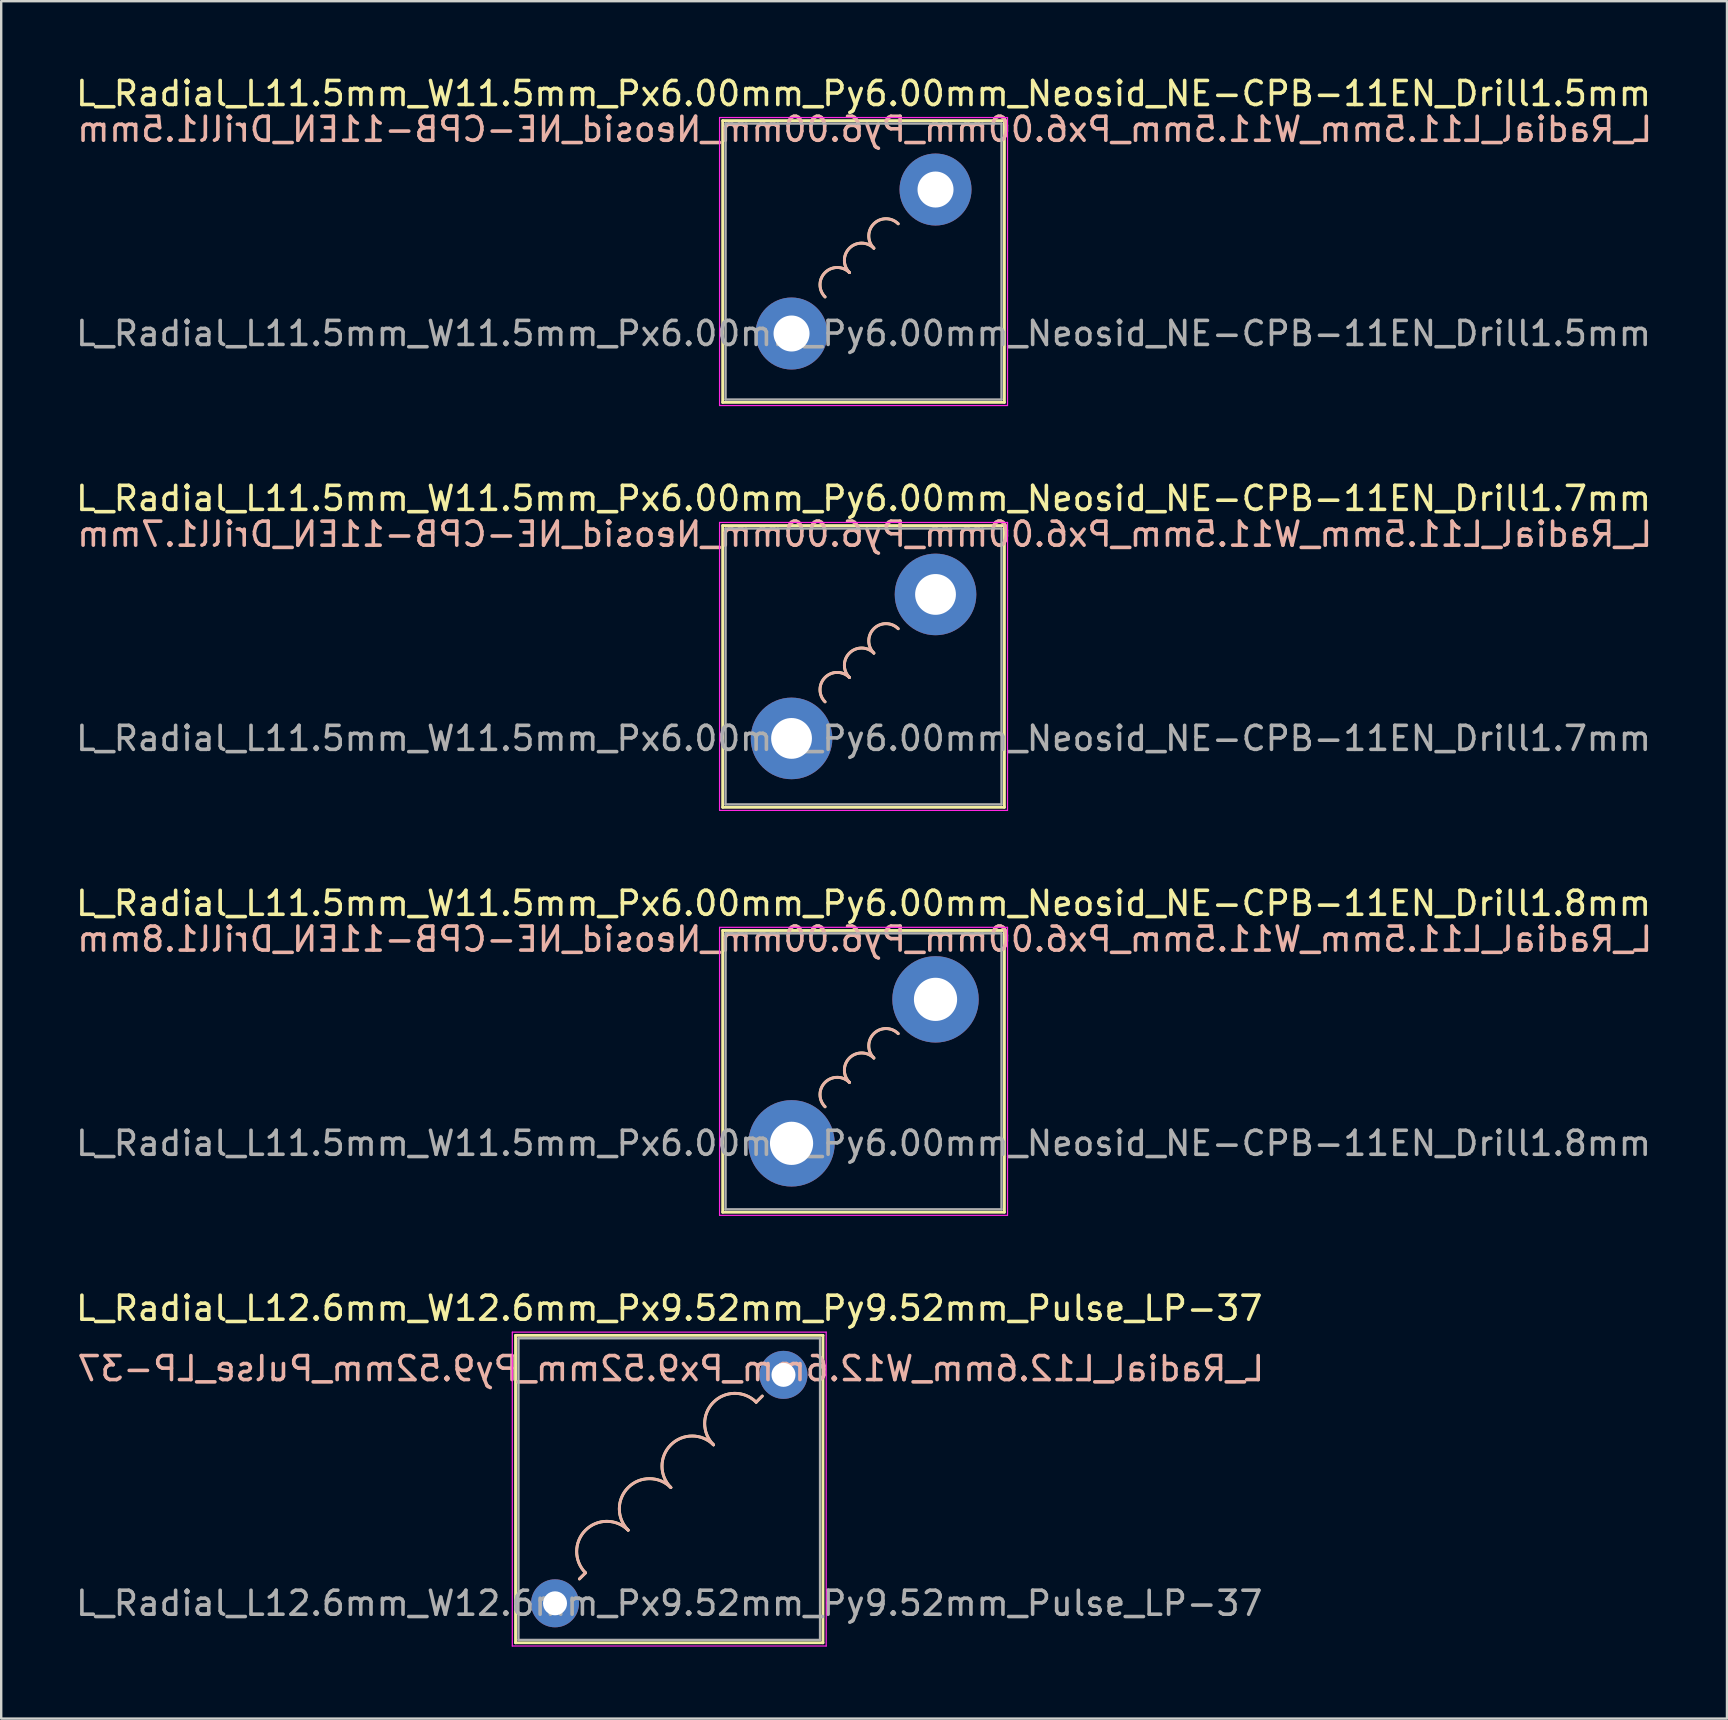
<source format=kicad_pcb>
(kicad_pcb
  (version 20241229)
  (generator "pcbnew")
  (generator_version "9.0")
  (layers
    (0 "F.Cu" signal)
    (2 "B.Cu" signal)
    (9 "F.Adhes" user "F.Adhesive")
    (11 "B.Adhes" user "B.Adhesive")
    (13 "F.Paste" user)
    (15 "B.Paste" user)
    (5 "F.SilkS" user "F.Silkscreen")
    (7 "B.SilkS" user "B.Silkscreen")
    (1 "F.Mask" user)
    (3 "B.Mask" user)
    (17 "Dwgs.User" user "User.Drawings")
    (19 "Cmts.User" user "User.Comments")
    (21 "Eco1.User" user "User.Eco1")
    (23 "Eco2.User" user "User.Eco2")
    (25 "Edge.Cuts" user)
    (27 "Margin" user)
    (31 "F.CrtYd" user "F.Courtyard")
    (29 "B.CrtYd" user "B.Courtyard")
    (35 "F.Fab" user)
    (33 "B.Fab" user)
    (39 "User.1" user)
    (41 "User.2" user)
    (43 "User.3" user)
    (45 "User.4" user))
  (footprint "L_Radial_L12.6mm_W12.6mm_Px9.52mm_Py9.52mm_Pulse_LP-37"
    (layer "F.Cu")
    (at 20.079 63.763)
    (property "Reference" "L_Radial_L12.6mm_W12.6mm_Px9.52mm_Py9.52mm_Pulse_LP-37" (at 4.76 -12.295 0) (layer "F.SilkS") (effects (font (size 1 1) (thickness 0.15))))
    (fp_line (start -1.645 -11.165) (end -1.645 1.645) (stroke (width 0.12) (type solid)) (layer "F.SilkS"))
    (fp_line (start -1.645 -11.165) (end 11.165 -11.165) (stroke (width 0.12) (type solid)) (layer "F.SilkS"))
    (fp_line (start -1.645 1.645) (end 11.165 1.645) (stroke (width 0.12) (type solid)) (layer "F.SilkS"))
    (fp_line (start 1.27 -1.27) (end 1.016 -1.016) (stroke (width 0.12) (type solid)) (layer "F.SilkS"))
    (fp_line (start 8.636 -8.636) (end 8.382 -8.382) (stroke (width 0.12) (type solid)) (layer "F.SilkS"))
    (fp_line (start 11.165 -11.165) (end 11.165 1.645) (stroke (width 0.12) (type solid)) (layer "F.SilkS"))
    (fp_arc (start 1.27 -1.27) (mid 1.27 -3.048) (end 3.048 -3.048) (stroke (width 0.12) (type solid)) (layer "F.SilkS"))
    (fp_arc (start 3.048 -3.048) (mid 3.048 -4.826) (end 4.826 -4.826) (stroke (width 0.12) (type solid)) (layer "F.SilkS"))
    (fp_arc (start 4.826 -4.826) (mid 4.826 -6.604) (end 6.604 -6.604) (stroke (width 0.12) (type solid)) (layer "F.SilkS"))
    (fp_arc (start 6.604 -6.604) (mid 6.604 -8.382) (end 8.382 -8.382) (stroke (width 0.12) (type solid)) (layer "F.SilkS"))
    (fp_line (start 1.27 -1.27) (end 1.016 -1.016) (stroke (width 0.12) (type solid)) (layer "B.SilkS"))
    (fp_line (start 8.636 -8.636) (end 8.382 -8.382) (stroke (width 0.12) (type solid)) (layer "B.SilkS"))
    (fp_arc (start 1.269998 -1.269998) (mid 1.269998 -3.048) (end 3.048 -3.048) (stroke (width 0.12) (type solid)) (layer "B.SilkS"))
    (fp_arc (start 3.047998 -3.047998) (mid 3.047998 -4.826) (end 4.826 -4.826) (stroke (width 0.12) (type solid)) (layer "B.SilkS"))
    (fp_arc (start 4.825998 -4.825998) (mid 4.825998 -6.604) (end 6.604 -6.604) (stroke (width 0.12) (type solid)) (layer "B.SilkS"))
    (fp_arc (start 6.604 -6.604) (mid 6.604 -8.381998) (end 8.381998 -8.381998) (stroke (width 0.12) (type solid)) (layer "B.SilkS"))
    (fp_line (start -1.78 -11.3) (end -1.78 1.78) (stroke (width 0.05) (type solid)) (layer "F.CrtYd"))
    (fp_line (start -1.78 1.78) (end 11.3 1.78) (stroke (width 0.05) (type solid)) (layer "F.CrtYd"))
    (fp_line (start 11.3 -11.3) (end -1.78 -11.3) (stroke (width 0.05) (type solid)) (layer "F.CrtYd"))
    (fp_line (start 11.3 1.78) (end 11.3 -11.3) (stroke (width 0.05) (type solid)) (layer "F.CrtYd"))
    (fp_line (start -1.525 -11.045) (end -1.525 1.525) (stroke (width 0.1) (type solid)) (layer "F.Fab"))
    (fp_line (start -1.525 1.525) (end 11.045 1.525) (stroke (width 0.1) (type solid)) (layer "F.Fab"))
    (fp_line (start 11.045 -11.045) (end -1.525 -11.045) (stroke (width 0.1) (type solid)) (layer "F.Fab"))
    (fp_line (start 11.045 1.525) (end 11.045 -11.045) (stroke (width 0.1) (type solid)) (layer "F.Fab"))
    (fp_text user "${REFERENCE}" (at 4.826 -9.779 0) (layer "B.SilkS") (effects (font (size 1 1) (thickness 0.15)) (justify mirror)))
    (fp_text user "${REFERENCE}" (at 4.76 0 0) (layer "F.Fab") (effects (font (size 1 1) (thickness 0.15))))
    (pad "1" thru_hole circle (at 0 0) (size 2 2) (drill 1) (layers "*.Cu" "*.Mask"))
    (pad "2" thru_hole circle (at 9.52 -9.52) (size 2 2) (drill 1) (layers "*.Cu" "*.Mask")))
  (footprint "L_Radial_L11.5mm_W11.5mm_Px6.00mm_Py6.00mm_Neosid_NE-CPB-11EN_Drill1.8mm"
    (layer "F.Cu")
    (at 29.935 44.595)
    (property "Reference" "L_Radial_L11.5mm_W11.5mm_Px6.00mm_Py6.00mm_Neosid_NE-CPB-11EN_Drill1.8mm" (at 3 -10 0) (layer "F.SilkS") (effects (font (size 1 1) (thickness 0.15))))
    (fp_line (start -2.87 -8.87) (end -2.87 2.87) (stroke (width 0.12) (type solid)) (layer "F.SilkS"))
    (fp_line (start -2.87 -8.87) (end 8.87 -8.87) (stroke (width 0.12) (type solid)) (layer "F.SilkS"))
    (fp_line (start -2.87 2.87) (end 8.87 2.87) (stroke (width 0.12) (type solid)) (layer "F.SilkS"))
    (fp_line (start 8.87 -8.87) (end 8.87 2.87) (stroke (width 0.12) (type solid)) (layer "F.SilkS"))
    (fp_arc (start 1.396996 -1.523996) (mid 1.396996 -2.539998) (end 2.412998 -2.539998) (stroke (width 0.12) (type solid)) (layer "F.SilkS"))
    (fp_arc (start 2.412998 -2.539998) (mid 2.412998 -3.556) (end 3.429 -3.556) (stroke (width 0.12) (type solid)) (layer "F.SilkS"))
    (fp_arc (start 3.429 -3.556) (mid 3.429 -4.571998) (end 4.444998 -4.571998) (stroke (width 0.12) (type solid)) (layer "F.SilkS"))
    (fp_arc (start 1.396994 -1.523994) (mid 1.396994 -2.539998) (end 2.412998 -2.539998) (stroke (width 0.12) (type solid)) (layer "B.SilkS"))
    (fp_arc (start 2.412996 -2.539996) (mid 2.412996 -3.556) (end 3.429 -3.556) (stroke (width 0.12) (type solid)) (layer "B.SilkS"))
    (fp_arc (start 3.429 -3.556) (mid 3.429 -4.571998) (end 4.444998 -4.571998) (stroke (width 0.12) (type solid)) (layer "B.SilkS"))
    (fp_line (start -3 -9) (end -3 3) (stroke (width 0.05) (type solid)) (layer "F.CrtYd"))
    (fp_line (start -3 3) (end 9 3) (stroke (width 0.05) (type solid)) (layer "F.CrtYd"))
    (fp_line (start 9 -9) (end -3 -9) (stroke (width 0.05) (type solid)) (layer "F.CrtYd"))
    (fp_line (start 9 3) (end 9 -9) (stroke (width 0.05) (type solid)) (layer "F.CrtYd"))
    (fp_line (start -2.75 -8.75) (end -2.75 2.75) (stroke (width 0.1) (type solid)) (layer "F.Fab"))
    (fp_line (start -2.75 2.75) (end 8.75 2.75) (stroke (width 0.1) (type solid)) (layer "F.Fab"))
    (fp_line (start 8.75 -8.75) (end -2.75 -8.75) (stroke (width 0.1) (type solid)) (layer "F.Fab"))
    (fp_line (start 8.75 2.75) (end 8.75 -8.75) (stroke (width 0.1) (type solid)) (layer "F.Fab"))
    (fp_text user "${REFERENCE}" (at 3.048 -8.509 0) (layer "B.SilkS") (effects (font (size 1 1) (thickness 0.15)) (justify mirror)))
    (fp_text user "${REFERENCE}" (at 3 0 0) (layer "F.Fab") (effects (font (size 1 1) (thickness 0.15))))
    (pad "1" thru_hole circle (at 0 0) (size 3.6 3.6) (drill 1.8) (layers "*.Cu" "*.Mask"))
    (pad "2" thru_hole circle (at 6 -6) (size 3.6 3.6) (drill 1.8) (layers "*.Cu" "*.Mask")))
  (footprint "L_Radial_L11.5mm_W11.5mm_Px6.00mm_Py6.00mm_Neosid_NE-CPB-11EN_Drill1.7mm"
    (layer "F.Cu")
    (at 29.935 27.721)
    (property "Reference" "L_Radial_L11.5mm_W11.5mm_Px6.00mm_Py6.00mm_Neosid_NE-CPB-11EN_Drill1.7mm" (at 3 -10 0) (layer "F.SilkS") (effects (font (size 1 1) (thickness 0.15))))
    (fp_line (start -2.87 -8.87) (end -2.87 2.87) (stroke (width 0.12) (type solid)) (layer "F.SilkS"))
    (fp_line (start -2.87 -8.87) (end 8.87 -8.87) (stroke (width 0.12) (type solid)) (layer "F.SilkS"))
    (fp_line (start -2.87 2.87) (end 8.87 2.87) (stroke (width 0.12) (type solid)) (layer "F.SilkS"))
    (fp_line (start 8.87 -8.87) (end 8.87 2.87) (stroke (width 0.12) (type solid)) (layer "F.SilkS"))
    (fp_arc (start 1.396996 -1.523996) (mid 1.396996 -2.539998) (end 2.412998 -2.539998) (stroke (width 0.12) (type solid)) (layer "F.SilkS"))
    (fp_arc (start 2.412998 -2.539998) (mid 2.412998 -3.556) (end 3.429 -3.556) (stroke (width 0.12) (type solid)) (layer "F.SilkS"))
    (fp_arc (start 3.429 -3.556) (mid 3.429 -4.571998) (end 4.444998 -4.571998) (stroke (width 0.12) (type solid)) (layer "F.SilkS"))
    (fp_arc (start 1.396994 -1.523994) (mid 1.396994 -2.539998) (end 2.412998 -2.539998) (stroke (width 0.12) (type solid)) (layer "B.SilkS"))
    (fp_arc (start 2.412996 -2.539996) (mid 2.412996 -3.556) (end 3.429 -3.556) (stroke (width 0.12) (type solid)) (layer "B.SilkS"))
    (fp_arc (start 3.429 -3.556) (mid 3.429 -4.571998) (end 4.444998 -4.571998) (stroke (width 0.12) (type solid)) (layer "B.SilkS"))
    (fp_line (start -3 -9) (end -3 3) (stroke (width 0.05) (type solid)) (layer "F.CrtYd"))
    (fp_line (start -3 3) (end 9 3) (stroke (width 0.05) (type solid)) (layer "F.CrtYd"))
    (fp_line (start 9 -9) (end -3 -9) (stroke (width 0.05) (type solid)) (layer "F.CrtYd"))
    (fp_line (start 9 3) (end 9 -9) (stroke (width 0.05) (type solid)) (layer "F.CrtYd"))
    (fp_line (start -2.75 -8.75) (end -2.75 2.75) (stroke (width 0.1) (type solid)) (layer "F.Fab"))
    (fp_line (start -2.75 2.75) (end 8.75 2.75) (stroke (width 0.1) (type solid)) (layer "F.Fab"))
    (fp_line (start 8.75 -8.75) (end -2.75 -8.75) (stroke (width 0.1) (type solid)) (layer "F.Fab"))
    (fp_line (start 8.75 2.75) (end 8.75 -8.75) (stroke (width 0.1) (type solid)) (layer "F.Fab"))
    (fp_text user "${REFERENCE}" (at 3.048 -8.509 0) (layer "B.SilkS") (effects (font (size 1 1) (thickness 0.15)) (justify mirror)))
    (fp_text user "${REFERENCE}" (at 3 0 0) (layer "F.Fab") (effects (font (size 1 1) (thickness 0.15))))
    (pad "1" thru_hole circle (at 0 0) (size 3.4 3.4) (drill 1.7) (layers "*.Cu" "*.Mask"))
    (pad "2" thru_hole circle (at 6 -6) (size 3.4 3.4) (drill 1.7) (layers "*.Cu" "*.Mask")))
  (footprint "L_Radial_L11.5mm_W11.5mm_Px6.00mm_Py6.00mm_Neosid_NE-CPB-11EN_Drill1.5mm"
    (layer "F.Cu")
    (at 29.935 10.848)
    (property "Reference" "L_Radial_L11.5mm_W11.5mm_Px6.00mm_Py6.00mm_Neosid_NE-CPB-11EN_Drill1.5mm" (at 3 -10 0) (layer "F.SilkS") (effects (font (size 1 1) (thickness 0.15))))
    (fp_line (start -2.87 -8.87) (end -2.87 2.87) (stroke (width 0.12) (type solid)) (layer "F.SilkS"))
    (fp_line (start -2.87 -8.87) (end 8.87 -8.87) (stroke (width 0.12) (type solid)) (layer "F.SilkS"))
    (fp_line (start -2.87 2.87) (end 8.87 2.87) (stroke (width 0.12) (type solid)) (layer "F.SilkS"))
    (fp_line (start 8.87 -8.87) (end 8.87 2.87) (stroke (width 0.12) (type solid)) (layer "F.SilkS"))
    (fp_arc (start 1.396996 -1.523996) (mid 1.396996 -2.539998) (end 2.412998 -2.539998) (stroke (width 0.12) (type solid)) (layer "F.SilkS"))
    (fp_arc (start 2.412998 -2.539998) (mid 2.412998 -3.556) (end 3.429 -3.556) (stroke (width 0.12) (type solid)) (layer "F.SilkS"))
    (fp_arc (start 3.429 -3.556) (mid 3.429 -4.571998) (end 4.444998 -4.571998) (stroke (width 0.12) (type solid)) (layer "F.SilkS"))
    (fp_arc (start 1.396994 -1.523994) (mid 1.396994 -2.539998) (end 2.412998 -2.539998) (stroke (width 0.12) (type solid)) (layer "B.SilkS"))
    (fp_arc (start 2.412996 -2.539996) (mid 2.412996 -3.556) (end 3.429 -3.556) (stroke (width 0.12) (type solid)) (layer "B.SilkS"))
    (fp_arc (start 3.429 -3.556) (mid 3.429 -4.571998) (end 4.444998 -4.571998) (stroke (width 0.12) (type solid)) (layer "B.SilkS"))
    (fp_line (start -3 -9) (end -3 3) (stroke (width 0.05) (type solid)) (layer "F.CrtYd"))
    (fp_line (start -3 3) (end 9 3) (stroke (width 0.05) (type solid)) (layer "F.CrtYd"))
    (fp_line (start 9 -9) (end -3 -9) (stroke (width 0.05) (type solid)) (layer "F.CrtYd"))
    (fp_line (start 9 3) (end 9 -9) (stroke (width 0.05) (type solid)) (layer "F.CrtYd"))
    (fp_line (start -2.75 -8.75) (end -2.75 2.75) (stroke (width 0.1) (type solid)) (layer "F.Fab"))
    (fp_line (start -2.75 2.75) (end 8.75 2.75) (stroke (width 0.1) (type solid)) (layer "F.Fab"))
    (fp_line (start 8.75 -8.75) (end -2.75 -8.75) (stroke (width 0.1) (type solid)) (layer "F.Fab"))
    (fp_line (start 8.75 2.75) (end 8.75 -8.75) (stroke (width 0.1) (type solid)) (layer "F.Fab"))
    (fp_text user "${REFERENCE}" (at 3.048 -8.509 0) (layer "B.SilkS") (effects (font (size 1 1) (thickness 0.15)) (justify mirror)))
    (fp_text user "${REFERENCE}" (at 3 0 0) (layer "F.Fab") (effects (font (size 1 1) (thickness 0.15))))
    (pad "1" thru_hole circle (at 0 0) (size 3 3) (drill 1.5) (layers "*.Cu" "*.Mask"))
    (pad "2" thru_hole circle (at 6 -6) (size 3 3) (drill 1.5) (layers "*.Cu" "*.Mask")))
  (gr_rect
    (start -3 -3)
    (end 68.917 68.568)
    (stroke (width 0.1) (type default))
    (fill no)
    (layer "Edge.Cuts")))
</source>
